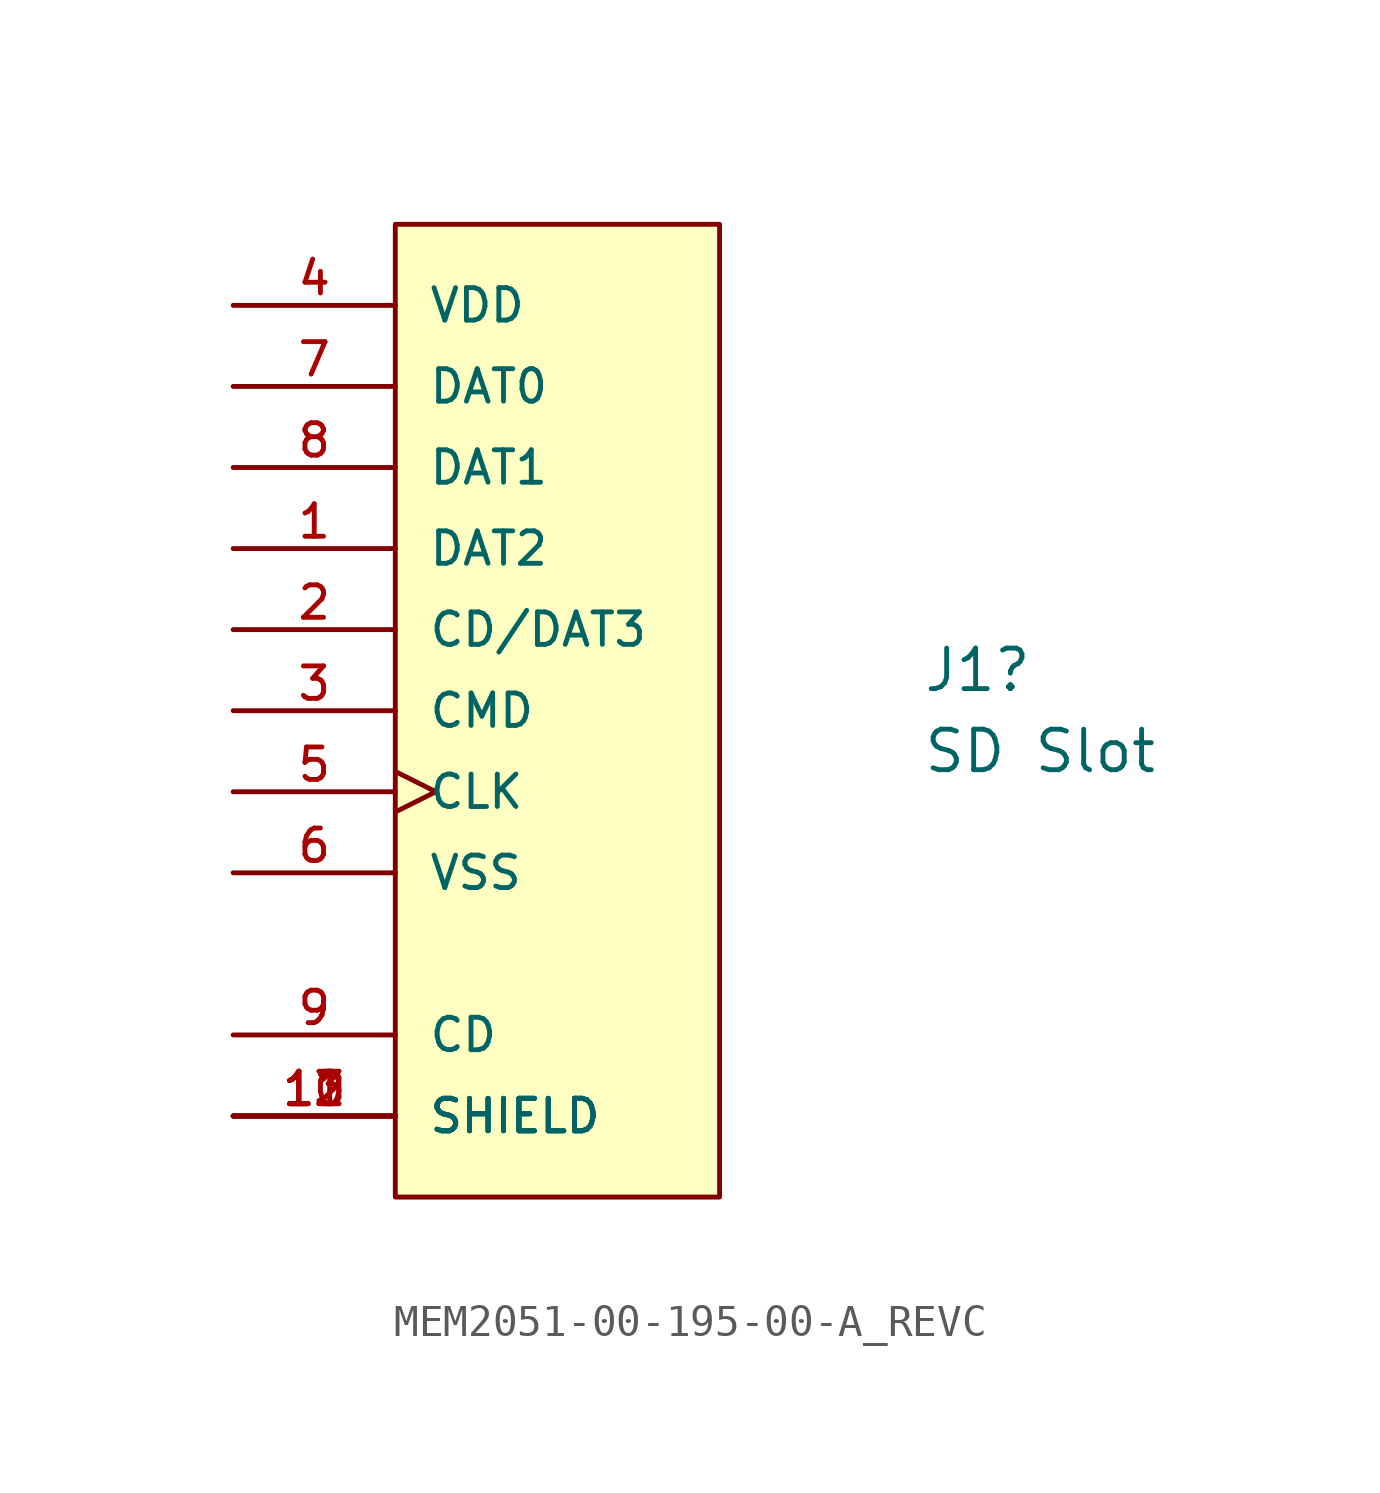
<source format=kicad_sym>
(kicad_symbol_lib
  (version 20211014)
  (generator kicad_symbol_editor)
  (symbol "MEM2051-00-195-00-A_REVC"
    (pin_names
      (offset 1.016))
    (property "Reference" "J1"
      (at 16.51 1.27 0)
      (effects (font (size 1.27 1.27)) (justify left)))
    (property "Value" "SD Slot"
      (at 16.51 -1.27 0)
      (effects (font (size 1.27 1.27)) (justify left)))
    (property "ki_locked" ""
      (at 0 0 0)
      (effects (font (size 1.27 1.27))))
    (symbol "MEM2051-00-195-00-A_REVC_0_0"
      (pin bidirectional line (at -5.08 5.08 0) (length 5.08) (name "DAT2" (effects (font (size 1.016 1.016)))) (number "1" (effects (font (size 1.016 1.016)))))
      (pin passive line (at -5.08 -12.7 0) (length 5.08) (name "SHIELD" (effects (font (size 1.016 1.016)))) (number "10" (effects (font (size 1.016 1.016)))))
      (pin passive line (at -5.08 -12.7 0) (length 5.08) (name "SHIELD" (effects (font (size 1.016 1.016)))) (number "11" (effects (font (size 1.016 1.016)))))
      (pin passive line (at -5.08 -12.7 0) (length 5.08) (name "SHIELD" (effects (font (size 1.016 1.016)))) (number "12" (effects (font (size 1.016 1.016)))))
      (pin passive line (at -5.08 -12.7 0) (length 5.08) (name "SHIELD" (effects (font (size 1.016 1.016)))) (number "13" (effects (font (size 1.016 1.016)))))
      (pin bidirectional line (at -5.08 2.54 0) (length 5.08) (name "CD/DAT3" (effects (font (size 1.016 1.016)))) (number "2" (effects (font (size 1.016 1.016)))))
      (pin bidirectional line (at -5.08 0 0) (length 5.08) (name "CMD" (effects (font (size 1.016 1.016)))) (number "3" (effects (font (size 1.016 1.016)))))
      (pin power_in line (at -5.08 12.7 0) (length 5.08) (name "VDD" (effects (font (size 1.016 1.016)))) (number "4" (effects (font (size 1.016 1.016)))))
      (pin bidirectional clock (at -5.08 -2.54 0) (length 5.08) (name "CLK" (effects (font (size 1.016 1.016)))) (number "5" (effects (font (size 1.016 1.016)))))
      (pin power_in line (at -5.08 -5.08 0) (length 5.08) (name "VSS" (effects (font (size 1.016 1.016)))) (number "6" (effects (font (size 1.016 1.016)))))
      (pin bidirectional line (at -5.08 10.16 0) (length 5.08) (name "DAT0" (effects (font (size 1.016 1.016)))) (number "7" (effects (font (size 1.016 1.016)))))
      (pin bidirectional line (at -5.08 7.62 0) (length 5.08) (name "DAT1" (effects (font (size 1.016 1.016)))) (number "8" (effects (font (size 1.016 1.016)))))
      (pin passive line (at -5.08 -10.16 0) (length 5.08) (name "CD" (effects (font (size 1.016 1.016)))) (number "9" (effects (font (size 1.016 1.016))))))
    (symbol "MEM2051-00-195-00-A_REVC_0_1"
      (rectangle (start 0 15.24) (end 10.16 -15.24) (stroke (width 0) (type default) (color 0 0 0 0)) (fill (type background))))))
</source>
